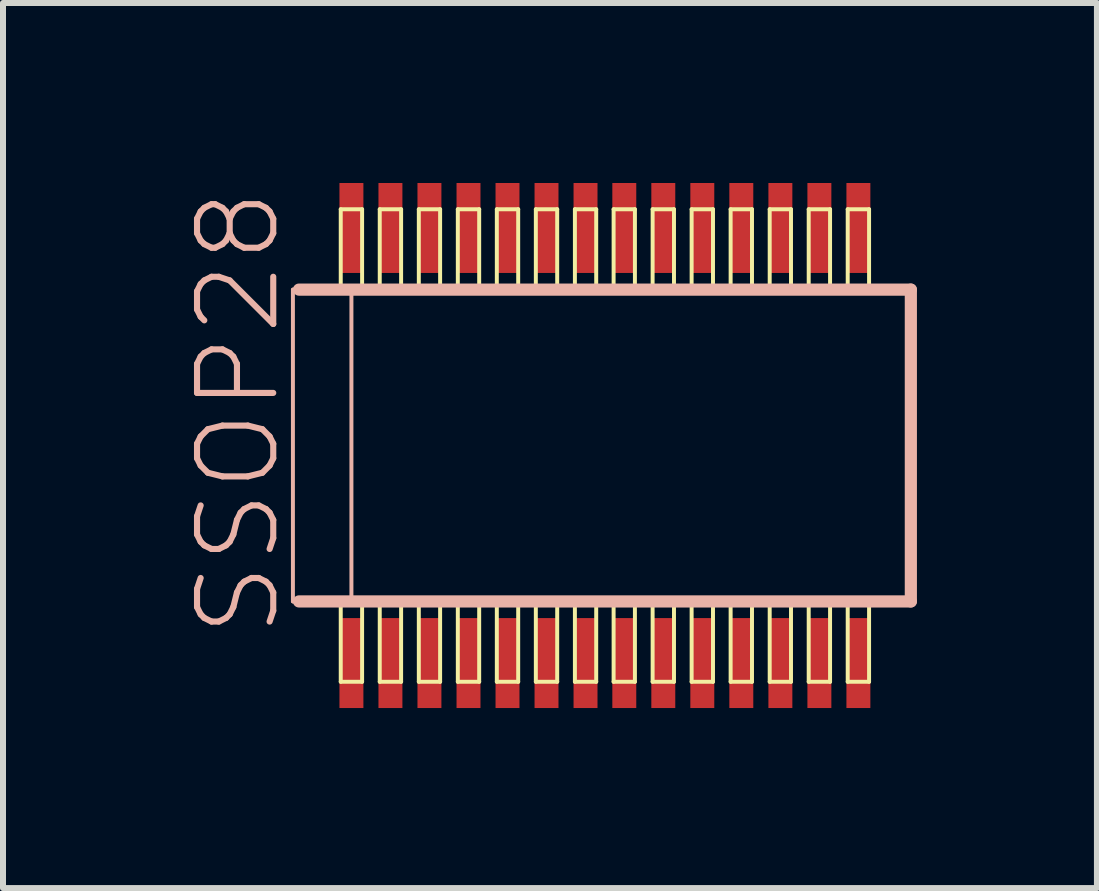
<source format=kicad_pcb>
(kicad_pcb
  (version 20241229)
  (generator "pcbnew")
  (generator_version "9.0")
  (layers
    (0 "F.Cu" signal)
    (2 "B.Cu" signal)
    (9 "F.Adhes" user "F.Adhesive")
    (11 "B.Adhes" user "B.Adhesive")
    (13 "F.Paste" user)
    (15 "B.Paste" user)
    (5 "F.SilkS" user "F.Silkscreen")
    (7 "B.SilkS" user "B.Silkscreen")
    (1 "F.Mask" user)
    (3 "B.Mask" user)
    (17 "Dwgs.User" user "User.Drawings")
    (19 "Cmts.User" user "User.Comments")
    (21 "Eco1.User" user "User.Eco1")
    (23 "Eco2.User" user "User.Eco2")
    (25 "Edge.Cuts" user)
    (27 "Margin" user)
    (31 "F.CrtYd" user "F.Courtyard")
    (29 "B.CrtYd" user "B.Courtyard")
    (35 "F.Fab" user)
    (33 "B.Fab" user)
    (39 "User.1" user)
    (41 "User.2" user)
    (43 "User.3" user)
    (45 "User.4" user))
  (footprint "SSOP28"
    (layer "F.Cu")
    (at 7.03 4.374)
    (property "Reference" "SSOP28" (at -6.109 -0.544 90) (layer "B.SilkS") (effects (font (size 1.27 1.27) (thickness 0.102))))
    (attr smd)
    (fp_line (start -4.402 -3.937) (end -4.046 -3.937) (stroke (width 0.066) (type solid)) (layer "F.SilkS"))
    (fp_line (start -4.402 -2.642) (end -4.402 -3.937) (stroke (width 0.066) (type solid)) (layer "F.SilkS"))
    (fp_line (start -4.402 -2.642) (end -4.046 -2.642) (stroke (width 0.066) (type solid)) (layer "F.SilkS"))
    (fp_line (start -4.402 2.642) (end -4.046 2.642) (stroke (width 0.066) (type solid)) (layer "F.SilkS"))
    (fp_line (start -4.402 3.937) (end -4.402 2.642) (stroke (width 0.066) (type solid)) (layer "F.SilkS"))
    (fp_line (start -4.402 3.937) (end -4.046 3.937) (stroke (width 0.066) (type solid)) (layer "F.SilkS"))
    (fp_line (start -4.046 -2.642) (end -4.046 -3.937) (stroke (width 0.066) (type solid)) (layer "F.SilkS"))
    (fp_line (start -4.046 3.937) (end -4.046 2.642) (stroke (width 0.066) (type solid)) (layer "F.SilkS"))
    (fp_line (start -3.752 -3.937) (end -3.396 -3.937) (stroke (width 0.066) (type solid)) (layer "F.SilkS"))
    (fp_line (start -3.752 -2.642) (end -3.752 -3.937) (stroke (width 0.066) (type solid)) (layer "F.SilkS"))
    (fp_line (start -3.752 -2.642) (end -3.396 -2.642) (stroke (width 0.066) (type solid)) (layer "F.SilkS"))
    (fp_line (start -3.752 2.642) (end -3.396 2.642) (stroke (width 0.066) (type solid)) (layer "F.SilkS"))
    (fp_line (start -3.752 3.937) (end -3.752 2.642) (stroke (width 0.066) (type solid)) (layer "F.SilkS"))
    (fp_line (start -3.752 3.937) (end -3.396 3.937) (stroke (width 0.066) (type solid)) (layer "F.SilkS"))
    (fp_line (start -3.396 -2.642) (end -3.396 -3.937) (stroke (width 0.066) (type solid)) (layer "F.SilkS"))
    (fp_line (start -3.396 3.937) (end -3.396 2.642) (stroke (width 0.066) (type solid)) (layer "F.SilkS"))
    (fp_line (start -3.101 -3.937) (end -2.746 -3.937) (stroke (width 0.066) (type solid)) (layer "F.SilkS"))
    (fp_line (start -3.101 -2.642) (end -3.101 -3.937) (stroke (width 0.066) (type solid)) (layer "F.SilkS"))
    (fp_line (start -3.101 -2.642) (end -2.746 -2.642) (stroke (width 0.066) (type solid)) (layer "F.SilkS"))
    (fp_line (start -3.101 2.642) (end -2.746 2.642) (stroke (width 0.066) (type solid)) (layer "F.SilkS"))
    (fp_line (start -3.101 3.937) (end -3.101 2.642) (stroke (width 0.066) (type solid)) (layer "F.SilkS"))
    (fp_line (start -3.101 3.937) (end -2.746 3.937) (stroke (width 0.066) (type solid)) (layer "F.SilkS"))
    (fp_line (start -2.746 -2.642) (end -2.746 -3.937) (stroke (width 0.066) (type solid)) (layer "F.SilkS"))
    (fp_line (start -2.746 3.937) (end -2.746 2.642) (stroke (width 0.066) (type solid)) (layer "F.SilkS"))
    (fp_line (start -2.451 -3.937) (end -2.095 -3.937) (stroke (width 0.066) (type solid)) (layer "F.SilkS"))
    (fp_line (start -2.451 -2.642) (end -2.451 -3.937) (stroke (width 0.066) (type solid)) (layer "F.SilkS"))
    (fp_line (start -2.451 -2.642) (end -2.095 -2.642) (stroke (width 0.066) (type solid)) (layer "F.SilkS"))
    (fp_line (start -2.451 2.642) (end -2.095 2.642) (stroke (width 0.066) (type solid)) (layer "F.SilkS"))
    (fp_line (start -2.451 3.937) (end -2.451 2.642) (stroke (width 0.066) (type solid)) (layer "F.SilkS"))
    (fp_line (start -2.451 3.937) (end -2.095 3.937) (stroke (width 0.066) (type solid)) (layer "F.SilkS"))
    (fp_line (start -2.095 -2.642) (end -2.095 -3.937) (stroke (width 0.066) (type solid)) (layer "F.SilkS"))
    (fp_line (start -2.095 3.937) (end -2.095 2.642) (stroke (width 0.066) (type solid)) (layer "F.SilkS"))
    (fp_line (start -1.801 -3.937) (end -1.445 -3.937) (stroke (width 0.066) (type solid)) (layer "F.SilkS"))
    (fp_line (start -1.801 -2.642) (end -1.801 -3.937) (stroke (width 0.066) (type solid)) (layer "F.SilkS"))
    (fp_line (start -1.801 -2.642) (end -1.445 -2.642) (stroke (width 0.066) (type solid)) (layer "F.SilkS"))
    (fp_line (start -1.801 2.642) (end -1.445 2.642) (stroke (width 0.066) (type solid)) (layer "F.SilkS"))
    (fp_line (start -1.801 3.937) (end -1.801 2.642) (stroke (width 0.066) (type solid)) (layer "F.SilkS"))
    (fp_line (start -1.801 3.937) (end -1.445 3.937) (stroke (width 0.066) (type solid)) (layer "F.SilkS"))
    (fp_line (start -1.445 -2.642) (end -1.445 -3.937) (stroke (width 0.066) (type solid)) (layer "F.SilkS"))
    (fp_line (start -1.445 3.937) (end -1.445 2.642) (stroke (width 0.066) (type solid)) (layer "F.SilkS"))
    (fp_line (start -1.151 -3.937) (end -0.795 -3.937) (stroke (width 0.066) (type solid)) (layer "F.SilkS"))
    (fp_line (start -1.151 -2.642) (end -1.151 -3.937) (stroke (width 0.066) (type solid)) (layer "F.SilkS"))
    (fp_line (start -1.151 -2.642) (end -0.795 -2.642) (stroke (width 0.066) (type solid)) (layer "F.SilkS"))
    (fp_line (start -1.151 2.642) (end -0.795 2.642) (stroke (width 0.066) (type solid)) (layer "F.SilkS"))
    (fp_line (start -1.151 3.937) (end -1.151 2.642) (stroke (width 0.066) (type solid)) (layer "F.SilkS"))
    (fp_line (start -1.151 3.937) (end -0.795 3.937) (stroke (width 0.066) (type solid)) (layer "F.SilkS"))
    (fp_line (start -0.795 -2.642) (end -0.795 -3.937) (stroke (width 0.066) (type solid)) (layer "F.SilkS"))
    (fp_line (start -0.795 3.937) (end -0.795 2.642) (stroke (width 0.066) (type solid)) (layer "F.SilkS"))
    (fp_line (start -0.5 -3.937) (end -0.145 -3.937) (stroke (width 0.066) (type solid)) (layer "F.SilkS"))
    (fp_line (start -0.5 -2.642) (end -0.5 -3.937) (stroke (width 0.066) (type solid)) (layer "F.SilkS"))
    (fp_line (start -0.5 -2.642) (end -0.145 -2.642) (stroke (width 0.066) (type solid)) (layer "F.SilkS"))
    (fp_line (start -0.5 2.642) (end -0.145 2.642) (stroke (width 0.066) (type solid)) (layer "F.SilkS"))
    (fp_line (start -0.5 3.937) (end -0.5 2.642) (stroke (width 0.066) (type solid)) (layer "F.SilkS"))
    (fp_line (start -0.5 3.937) (end -0.145 3.937) (stroke (width 0.066) (type solid)) (layer "F.SilkS"))
    (fp_line (start -0.145 -2.642) (end -0.145 -3.937) (stroke (width 0.066) (type solid)) (layer "F.SilkS"))
    (fp_line (start -0.145 3.937) (end -0.145 2.642) (stroke (width 0.066) (type solid)) (layer "F.SilkS"))
    (fp_line (start 0.145 -3.937) (end 0.5 -3.937) (stroke (width 0.066) (type solid)) (layer "F.SilkS"))
    (fp_line (start 0.145 -2.642) (end 0.145 -3.937) (stroke (width 0.066) (type solid)) (layer "F.SilkS"))
    (fp_line (start 0.145 -2.642) (end 0.5 -2.642) (stroke (width 0.066) (type solid)) (layer "F.SilkS"))
    (fp_line (start 0.145 2.642) (end 0.5 2.642) (stroke (width 0.066) (type solid)) (layer "F.SilkS"))
    (fp_line (start 0.145 3.937) (end 0.145 2.642) (stroke (width 0.066) (type solid)) (layer "F.SilkS"))
    (fp_line (start 0.145 3.937) (end 0.5 3.937) (stroke (width 0.066) (type solid)) (layer "F.SilkS"))
    (fp_line (start 0.5 -2.642) (end 0.5 -3.937) (stroke (width 0.066) (type solid)) (layer "F.SilkS"))
    (fp_line (start 0.5 3.937) (end 0.5 2.642) (stroke (width 0.066) (type solid)) (layer "F.SilkS"))
    (fp_line (start 0.795 -3.937) (end 1.151 -3.937) (stroke (width 0.066) (type solid)) (layer "F.SilkS"))
    (fp_line (start 0.795 -2.642) (end 0.795 -3.937) (stroke (width 0.066) (type solid)) (layer "F.SilkS"))
    (fp_line (start 0.795 -2.642) (end 1.151 -2.642) (stroke (width 0.066) (type solid)) (layer "F.SilkS"))
    (fp_line (start 0.795 2.642) (end 1.151 2.642) (stroke (width 0.066) (type solid)) (layer "F.SilkS"))
    (fp_line (start 0.795 3.937) (end 0.795 2.642) (stroke (width 0.066) (type solid)) (layer "F.SilkS"))
    (fp_line (start 0.795 3.937) (end 1.151 3.937) (stroke (width 0.066) (type solid)) (layer "F.SilkS"))
    (fp_line (start 1.151 -2.642) (end 1.151 -3.937) (stroke (width 0.066) (type solid)) (layer "F.SilkS"))
    (fp_line (start 1.151 3.937) (end 1.151 2.642) (stroke (width 0.066) (type solid)) (layer "F.SilkS"))
    (fp_line (start 1.445 -3.937) (end 1.801 -3.937) (stroke (width 0.066) (type solid)) (layer "F.SilkS"))
    (fp_line (start 1.445 -2.642) (end 1.445 -3.937) (stroke (width 0.066) (type solid)) (layer "F.SilkS"))
    (fp_line (start 1.445 -2.642) (end 1.801 -2.642) (stroke (width 0.066) (type solid)) (layer "F.SilkS"))
    (fp_line (start 1.445 2.642) (end 1.801 2.642) (stroke (width 0.066) (type solid)) (layer "F.SilkS"))
    (fp_line (start 1.445 3.937) (end 1.445 2.642) (stroke (width 0.066) (type solid)) (layer "F.SilkS"))
    (fp_line (start 1.445 3.937) (end 1.801 3.937) (stroke (width 0.066) (type solid)) (layer "F.SilkS"))
    (fp_line (start 1.801 -2.642) (end 1.801 -3.937) (stroke (width 0.066) (type solid)) (layer "F.SilkS"))
    (fp_line (start 1.801 3.937) (end 1.801 2.642) (stroke (width 0.066) (type solid)) (layer "F.SilkS"))
    (fp_line (start 2.095 -3.937) (end 2.451 -3.937) (stroke (width 0.066) (type solid)) (layer "F.SilkS"))
    (fp_line (start 2.095 -2.642) (end 2.095 -3.937) (stroke (width 0.066) (type solid)) (layer "F.SilkS"))
    (fp_line (start 2.095 -2.642) (end 2.451 -2.642) (stroke (width 0.066) (type solid)) (layer "F.SilkS"))
    (fp_line (start 2.095 2.642) (end 2.451 2.642) (stroke (width 0.066) (type solid)) (layer "F.SilkS"))
    (fp_line (start 2.095 3.937) (end 2.095 2.642) (stroke (width 0.066) (type solid)) (layer "F.SilkS"))
    (fp_line (start 2.095 3.937) (end 2.451 3.937) (stroke (width 0.066) (type solid)) (layer "F.SilkS"))
    (fp_line (start 2.451 -2.642) (end 2.451 -3.937) (stroke (width 0.066) (type solid)) (layer "F.SilkS"))
    (fp_line (start 2.451 3.937) (end 2.451 2.642) (stroke (width 0.066) (type solid)) (layer "F.SilkS"))
    (fp_line (start 2.746 -3.937) (end 3.101 -3.937) (stroke (width 0.066) (type solid)) (layer "F.SilkS"))
    (fp_line (start 2.746 -2.642) (end 2.746 -3.937) (stroke (width 0.066) (type solid)) (layer "F.SilkS"))
    (fp_line (start 2.746 -2.642) (end 3.101 -2.642) (stroke (width 0.066) (type solid)) (layer "F.SilkS"))
    (fp_line (start 2.746 2.642) (end 3.101 2.642) (stroke (width 0.066) (type solid)) (layer "F.SilkS"))
    (fp_line (start 2.746 3.937) (end 2.746 2.642) (stroke (width 0.066) (type solid)) (layer "F.SilkS"))
    (fp_line (start 2.746 3.937) (end 3.101 3.937) (stroke (width 0.066) (type solid)) (layer "F.SilkS"))
    (fp_line (start 3.101 -2.642) (end 3.101 -3.937) (stroke (width 0.066) (type solid)) (layer "F.SilkS"))
    (fp_line (start 3.101 3.937) (end 3.101 2.642) (stroke (width 0.066) (type solid)) (layer "F.SilkS"))
    (fp_line (start 3.396 -3.937) (end 3.752 -3.937) (stroke (width 0.066) (type solid)) (layer "F.SilkS"))
    (fp_line (start 3.396 -2.642) (end 3.396 -3.937) (stroke (width 0.066) (type solid)) (layer "F.SilkS"))
    (fp_line (start 3.396 -2.642) (end 3.752 -2.642) (stroke (width 0.066) (type solid)) (layer "F.SilkS"))
    (fp_line (start 3.396 2.642) (end 3.752 2.642) (stroke (width 0.066) (type solid)) (layer "F.SilkS"))
    (fp_line (start 3.396 3.937) (end 3.396 2.642) (stroke (width 0.066) (type solid)) (layer "F.SilkS"))
    (fp_line (start 3.396 3.937) (end 3.752 3.937) (stroke (width 0.066) (type solid)) (layer "F.SilkS"))
    (fp_line (start 3.752 -2.642) (end 3.752 -3.937) (stroke (width 0.066) (type solid)) (layer "F.SilkS"))
    (fp_line (start 3.752 3.937) (end 3.752 2.642) (stroke (width 0.066) (type solid)) (layer "F.SilkS"))
    (fp_line (start 4.046 -3.937) (end 4.402 -3.937) (stroke (width 0.066) (type solid)) (layer "F.SilkS"))
    (fp_line (start 4.046 -2.642) (end 4.046 -3.937) (stroke (width 0.066) (type solid)) (layer "F.SilkS"))
    (fp_line (start 4.046 -2.642) (end 4.402 -2.642) (stroke (width 0.066) (type solid)) (layer "F.SilkS"))
    (fp_line (start 4.046 2.642) (end 4.402 2.642) (stroke (width 0.066) (type solid)) (layer "F.SilkS"))
    (fp_line (start 4.046 3.937) (end 4.046 2.642) (stroke (width 0.066) (type solid)) (layer "F.SilkS"))
    (fp_line (start 4.046 3.937) (end 4.402 3.937) (stroke (width 0.066) (type solid)) (layer "F.SilkS"))
    (fp_line (start 4.402 -2.642) (end 4.402 -3.937) (stroke (width 0.066) (type solid)) (layer "F.SilkS"))
    (fp_line (start 4.402 3.937) (end 4.402 2.642) (stroke (width 0.066) (type solid)) (layer "F.SilkS"))
    (fp_line (start -5.199 -2.598) (end -4.224 -2.598) (stroke (width 0.066) (type solid)) (layer "B.SilkS"))
    (fp_line (start -5.199 2.598) (end -5.199 -2.598) (stroke (width 0.066) (type solid)) (layer "B.SilkS"))
    (fp_line (start -5.199 2.598) (end -4.224 2.598) (stroke (width 0.066) (type solid)) (layer "B.SilkS"))
    (fp_line (start -5.098 2.598) (end 5.098 2.598) (stroke (width 0.203) (type solid)) (layer "B.SilkS"))
    (fp_line (start -4.224 2.598) (end -4.224 -2.598) (stroke (width 0.066) (type solid)) (layer "B.SilkS"))
    (fp_line (start 5.098 -2.598) (end -5.098 -2.598) (stroke (width 0.203) (type solid)) (layer "B.SilkS"))
    (fp_line (start 5.098 2.598) (end 5.098 -2.598) (stroke (width 0.203) (type solid)) (layer "B.SilkS"))
    (pad "1" smd rect (at -4.224 3.625) (size 0.399 1.499) (layers "F.Cu" "F.Mask" "F.Paste"))
    (pad "2" smd rect (at -3.574 3.625) (size 0.399 1.499) (layers "F.Cu" "F.Mask" "F.Paste"))
    (pad "3" smd rect (at -2.924 3.625) (size 0.399 1.499) (layers "F.Cu" "F.Mask" "F.Paste"))
    (pad "4" smd rect (at -2.273 3.625) (size 0.399 1.499) (layers "F.Cu" "F.Mask" "F.Paste"))
    (pad "5" smd rect (at -1.623 3.625) (size 0.399 1.499) (layers "F.Cu" "F.Mask" "F.Paste"))
    (pad "6" smd rect (at -0.973 3.625) (size 0.399 1.499) (layers "F.Cu" "F.Mask" "F.Paste"))
    (pad "7" smd rect (at -0.323 3.625) (size 0.399 1.499) (layers "F.Cu" "F.Mask" "F.Paste"))
    (pad "8" smd rect (at 0.323 3.625) (size 0.399 1.499) (layers "F.Cu" "F.Mask" "F.Paste"))
    (pad "9" smd rect (at 0.973 3.625) (size 0.399 1.499) (layers "F.Cu" "F.Mask" "F.Paste"))
    (pad "10" smd rect (at 1.623 3.625) (size 0.399 1.499) (layers "F.Cu" "F.Mask" "F.Paste"))
    (pad "11" smd rect (at 2.273 3.625) (size 0.399 1.499) (layers "F.Cu" "F.Mask" "F.Paste"))
    (pad "12" smd rect (at 2.924 3.625) (size 0.399 1.499) (layers "F.Cu" "F.Mask" "F.Paste"))
    (pad "13" smd rect (at 3.574 3.625) (size 0.399 1.499) (layers "F.Cu" "F.Mask" "F.Paste"))
    (pad "14" smd rect (at 4.224 3.625) (size 0.399 1.499) (layers "F.Cu" "F.Mask" "F.Paste"))
    (pad "15" smd rect (at 4.224 -3.625) (size 0.399 1.499) (layers "F.Cu" "F.Mask" "F.Paste"))
    (pad "16" smd rect (at 3.574 -3.625) (size 0.399 1.499) (layers "F.Cu" "F.Mask" "F.Paste"))
    (pad "17" smd rect (at 2.924 -3.625) (size 0.399 1.499) (layers "F.Cu" "F.Mask" "F.Paste"))
    (pad "18" smd rect (at 2.273 -3.625) (size 0.399 1.499) (layers "F.Cu" "F.Mask" "F.Paste"))
    (pad "19" smd rect (at 1.623 -3.625) (size 0.399 1.499) (layers "F.Cu" "F.Mask" "F.Paste"))
    (pad "20" smd rect (at 0.973 -3.625) (size 0.399 1.499) (layers "F.Cu" "F.Mask" "F.Paste"))
    (pad "21" smd rect (at 0.323 -3.625) (size 0.399 1.499) (layers "F.Cu" "F.Mask" "F.Paste"))
    (pad "22" smd rect (at -0.323 -3.625) (size 0.399 1.499) (layers "F.Cu" "F.Mask" "F.Paste"))
    (pad "23" smd rect (at -0.973 -3.625) (size 0.399 1.499) (layers "F.Cu" "F.Mask" "F.Paste"))
    (pad "24" smd rect (at -1.623 -3.625) (size 0.399 1.499) (layers "F.Cu" "F.Mask" "F.Paste"))
    (pad "25" smd rect (at -2.273 -3.625) (size 0.399 1.499) (layers "F.Cu" "F.Mask" "F.Paste"))
    (pad "26" smd rect (at -2.924 -3.625) (size 0.399 1.499) (layers "F.Cu" "F.Mask" "F.Paste"))
    (pad "27" smd rect (at -3.574 -3.625) (size 0.399 1.499) (layers "F.Cu" "F.Mask" "F.Paste"))
    (pad "28" smd rect (at -4.224 -3.625) (size 0.399 1.499) (layers "F.Cu" "F.Mask" "F.Paste")))
  (gr_rect
    (start -3 -3)
    (end 15.229 11.748)
    (stroke (width 0.1) (type default))
    (fill no)
    (layer "Edge.Cuts")))
</source>
